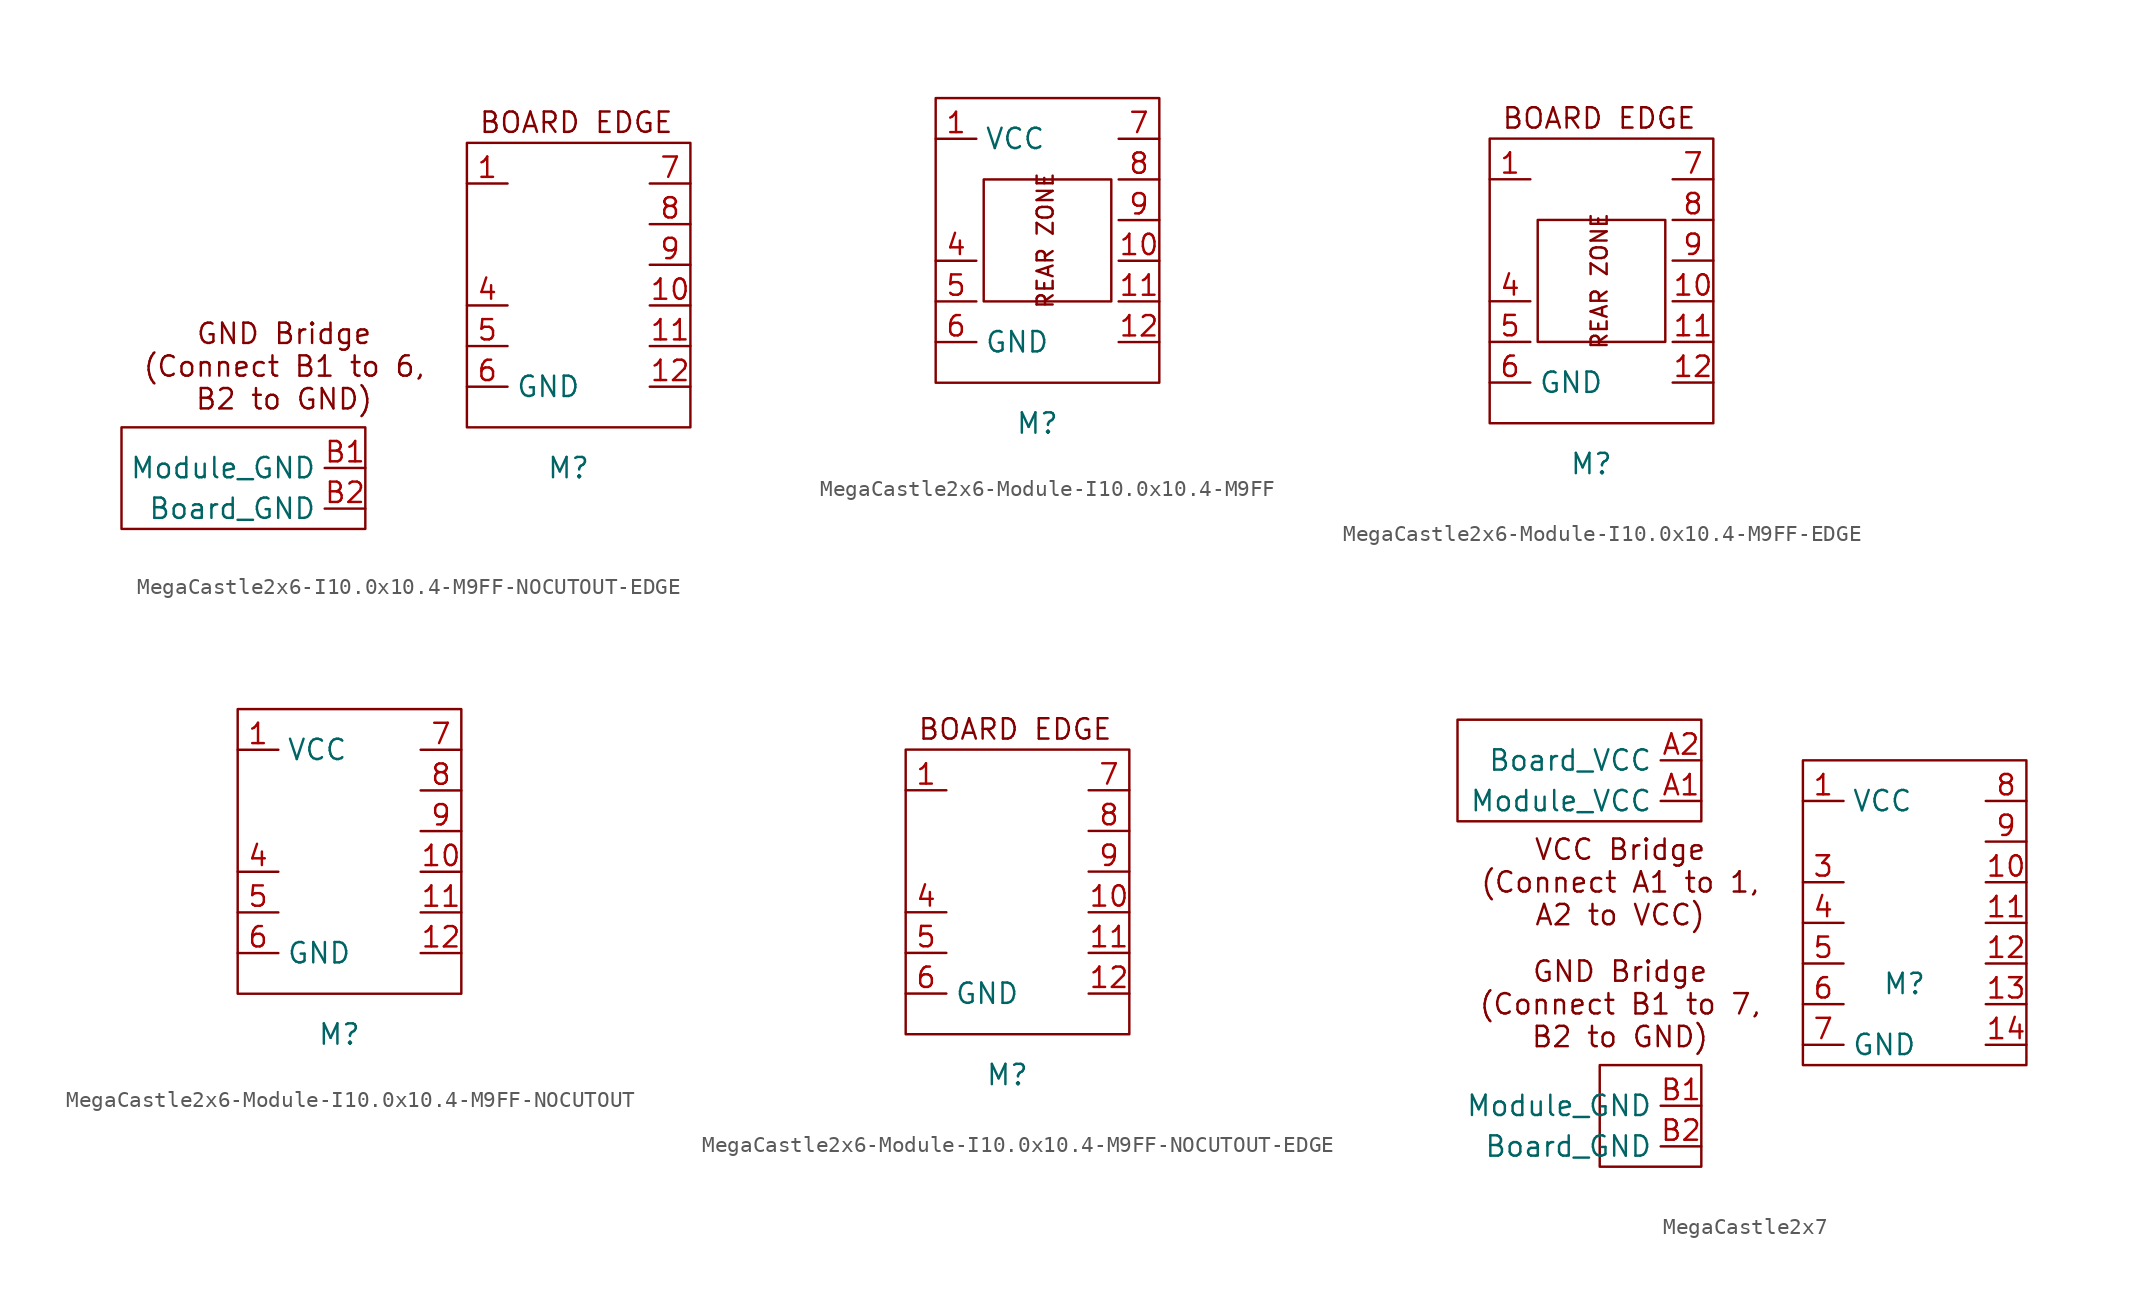
<source format=kicad_sym>
(kicad_symbol_lib
  (version 20241209)
  (generator "kicad_symbol_editor")
  (generator_version "9.0")
  (symbol "MegaCastle2x6-I10.0x10.4-M9FF-NOCUTOUT-EDGE"
    (property "Reference" "M"
      (at 0 -11.43 0)
      (effects (font (size 1.27 1.27))))
    (property "Value" ""
      (at 0 5.08 0)
      (effects (font (size 1.27 1.27))))
    (symbol "MegaCastle2x6-I10.0x10.4-M9FF-NOCUTOUT-EDGE_0_1"
      (rectangle (start -27.94 -8.89) (end -12.7 -15.24) (stroke (width 0) (type default)) (fill (type none)))
      (rectangle (start -6.35 8.89) (end 7.62 -8.89) (stroke (width 0) (type default)) (fill (type none))))
    (symbol "MegaCastle2x6-I10.0x10.4-M9FF-NOCUTOUT-EDGE_1_1"
      (text "GND Bridge\n(Connect B1 to 6,\nB2 to GND)" (at -17.78 -5.08 0) (effects (font (size 1.27 1.27))))
      (text " BOARD EDGE" (at 0 10.16 0) (effects (font (size 1.27 1.27))))
      (pin bidirectional line (at -12.7 -11.43 180) (length 2.54) (name "Module_GND" (effects (font (size 1.27 1.27)))) (number "B1" (effects (font (size 1.27 1.27)))))
      (pin bidirectional line (at -12.7 -13.97 180) (length 2.54) (name "Board_GND" (effects (font (size 1.27 1.27)))) (number "B2" (effects (font (size 1.27 1.27)))))
      (pin bidirectional line (at -6.35 6.35 0) (length 2.54) (name "" (effects (font (size 1.27 1.27)))) (number "1" (effects (font (size 1.27 1.27)))))
      (pin bidirectional line (at -6.35 -1.27 0) (length 2.54) (name "" (effects (font (size 1.27 1.27)))) (number "4" (effects (font (size 1.27 1.27)))))
      (pin bidirectional line (at -6.35 -3.81 0) (length 2.54) (name "" (effects (font (size 1.27 1.27)))) (number "5" (effects (font (size 1.27 1.27)))))
      (pin bidirectional line (at -6.35 -6.35 0) (length 2.54) (name "GND" (effects (font (size 1.27 1.27)))) (number "6" (effects (font (size 1.27 1.27)))))
      (pin bidirectional line (at 7.62 6.35 180) (length 2.54) (name "" (effects (font (size 1.27 1.27)))) (number "7" (effects (font (size 1.27 1.27)))))
      (pin bidirectional line (at 7.62 3.81 180) (length 2.54) (name "" (effects (font (size 1.27 1.27)))) (number "8" (effects (font (size 1.27 1.27)))))
      (pin bidirectional line (at 7.62 1.27 180) (length 2.54) (name "" (effects (font (size 1.27 1.27)))) (number "9" (effects (font (size 1.27 1.27)))))
      (pin bidirectional line (at 7.62 -1.27 180) (length 2.54) (name "" (effects (font (size 1.27 1.27)))) (number "10" (effects (font (size 1.27 1.27)))))
      (pin bidirectional line (at 7.62 -3.81 180) (length 2.54) (name "" (effects (font (size 1.27 1.27)))) (number "11" (effects (font (size 1.27 1.27)))))
      (pin bidirectional line (at 7.62 -6.35 180) (length 2.54) (name "" (effects (font (size 1.27 1.27)))) (number "12" (effects (font (size 1.27 1.27)))))))
  (symbol "MegaCastle2x6-Module-I10.0x10.4-M9FF"
    (property "Reference" "M"
      (at 0 -11.43 0)
      (effects (font (size 1.27 1.27))))
    (property "Value" ""
      (at 0 5.08 0)
      (effects (font (size 1.27 1.27))))
    (symbol "MegaCastle2x6-Module-I10.0x10.4-M9FF_0_1"
      (rectangle (start -6.35 8.89) (end 7.62 -8.89) (stroke (width 0) (type default)) (fill (type none)))
      (rectangle (start -3.35 3.81) (end 4.62 -3.81) (stroke (width 0) (type default)) (fill (type none))))
    (symbol "MegaCastle2x6-Module-I10.0x10.4-M9FF_1_1"
      (text "REAR ZONE" (at 0.5 0 900) (effects (font (size 1 1))))
      (pin bidirectional line (at -6.35 6.35 0) (length 2.54) (name "VCC" (effects (font (size 1.27 1.27)))) (number "1" (effects (font (size 1.27 1.27)))))
      (pin bidirectional line (at -6.35 -1.27 0) (length 2.54) (name "" (effects (font (size 1.27 1.27)))) (number "4" (effects (font (size 1.27 1.27)))))
      (pin bidirectional line (at -6.35 -3.81 0) (length 2.54) (name "" (effects (font (size 1.27 1.27)))) (number "5" (effects (font (size 1.27 1.27)))))
      (pin bidirectional line (at -6.35 -6.35 0) (length 2.54) (name "GND" (effects (font (size 1.27 1.27)))) (number "6" (effects (font (size 1.27 1.27)))))
      (pin bidirectional line (at 7.62 6.35 180) (length 2.54) (name "" (effects (font (size 1.27 1.27)))) (number "7" (effects (font (size 1.27 1.27)))))
      (pin bidirectional line (at 7.62 3.81 180) (length 2.54) (name "" (effects (font (size 1.27 1.27)))) (number "8" (effects (font (size 1.27 1.27)))))
      (pin bidirectional line (at 7.62 1.27 180) (length 2.54) (name "" (effects (font (size 1.27 1.27)))) (number "9" (effects (font (size 1.27 1.27)))))
      (pin bidirectional line (at 7.62 -1.27 180) (length 2.54) (name "" (effects (font (size 1.27 1.27)))) (number "10" (effects (font (size 1.27 1.27)))))
      (pin bidirectional line (at 7.62 -3.81 180) (length 2.54) (name "" (effects (font (size 1.27 1.27)))) (number "11" (effects (font (size 1.27 1.27)))))
      (pin bidirectional line (at 7.62 -6.35 180) (length 2.54) (name "" (effects (font (size 1.27 1.27)))) (number "12" (effects (font (size 1.27 1.27)))))))
  (symbol "MegaCastle2x6-Module-I10.0x10.4-M9FF-EDGE"
    (property "Reference" "M"
      (at 0 -11.43 0)
      (effects (font (size 1.27 1.27))))
    (property "Value" ""
      (at 0 5.08 0)
      (effects (font (size 1.27 1.27))))
    (symbol "MegaCastle2x6-Module-I10.0x10.4-M9FF-EDGE_0_1"
      (rectangle (start -6.35 8.89) (end 7.62 -8.89) (stroke (width 0) (type default)) (fill (type none)))
      (rectangle (start -3.35 3.81) (end 4.62 -3.81) (stroke (width 0) (type default)) (fill (type none))))
    (symbol "MegaCastle2x6-Module-I10.0x10.4-M9FF-EDGE_1_1"
      (text " BOARD EDGE" (at 0 10.16 0) (effects (font (size 1.27 1.27))))
      (text "REAR ZONE" (at 0.5 0 900) (effects (font (size 1 1))))
      (pin bidirectional line (at -6.35 6.35 0) (length 2.54) (name "" (effects (font (size 1.27 1.27)))) (number "1" (effects (font (size 1.27 1.27)))))
      (pin bidirectional line (at -6.35 -1.27 0) (length 2.54) (name "" (effects (font (size 1.27 1.27)))) (number "4" (effects (font (size 1.27 1.27)))))
      (pin bidirectional line (at -6.35 -3.81 0) (length 2.54) (name "" (effects (font (size 1.27 1.27)))) (number "5" (effects (font (size 1.27 1.27)))))
      (pin bidirectional line (at -6.35 -6.35 0) (length 2.54) (name "GND" (effects (font (size 1.27 1.27)))) (number "6" (effects (font (size 1.27 1.27)))))
      (pin bidirectional line (at 7.62 6.35 180) (length 2.54) (name "" (effects (font (size 1.27 1.27)))) (number "7" (effects (font (size 1.27 1.27)))))
      (pin bidirectional line (at 7.62 3.81 180) (length 2.54) (name "" (effects (font (size 1.27 1.27)))) (number "8" (effects (font (size 1.27 1.27)))))
      (pin bidirectional line (at 7.62 1.27 180) (length 2.54) (name "" (effects (font (size 1.27 1.27)))) (number "9" (effects (font (size 1.27 1.27)))))
      (pin bidirectional line (at 7.62 -1.27 180) (length 2.54) (name "" (effects (font (size 1.27 1.27)))) (number "10" (effects (font (size 1.27 1.27)))))
      (pin bidirectional line (at 7.62 -3.81 180) (length 2.54) (name "" (effects (font (size 1.27 1.27)))) (number "11" (effects (font (size 1.27 1.27)))))
      (pin bidirectional line (at 7.62 -6.35 180) (length 2.54) (name "" (effects (font (size 1.27 1.27)))) (number "12" (effects (font (size 1.27 1.27)))))))
  (symbol "MegaCastle2x6-Module-I10.0x10.4-M9FF-NOCUTOUT"
    (property "Reference" "M"
      (at 0 -11.43 0)
      (effects (font (size 1.27 1.27))))
    (property "Value" ""
      (at 0 5.08 0)
      (effects (font (size 1.27 1.27))))
    (symbol "MegaCastle2x6-Module-I10.0x10.4-M9FF-NOCUTOUT_0_1"
      (rectangle (start -6.35 8.89) (end 7.62 -8.89) (stroke (width 0) (type default)) (fill (type none))))
    (symbol "MegaCastle2x6-Module-I10.0x10.4-M9FF-NOCUTOUT_1_1"
      (pin bidirectional line (at -6.35 6.35 0) (length 2.54) (name "VCC" (effects (font (size 1.27 1.27)))) (number "1" (effects (font (size 1.27 1.27)))))
      (pin bidirectional line (at -6.35 -1.27 0) (length 2.54) (name "" (effects (font (size 1.27 1.27)))) (number "4" (effects (font (size 1.27 1.27)))))
      (pin bidirectional line (at -6.35 -3.81 0) (length 2.54) (name "" (effects (font (size 1.27 1.27)))) (number "5" (effects (font (size 1.27 1.27)))))
      (pin bidirectional line (at -6.35 -6.35 0) (length 2.54) (name "GND" (effects (font (size 1.27 1.27)))) (number "6" (effects (font (size 1.27 1.27)))))
      (pin bidirectional line (at 7.62 6.35 180) (length 2.54) (name "" (effects (font (size 1.27 1.27)))) (number "7" (effects (font (size 1.27 1.27)))))
      (pin bidirectional line (at 7.62 3.81 180) (length 2.54) (name "" (effects (font (size 1.27 1.27)))) (number "8" (effects (font (size 1.27 1.27)))))
      (pin bidirectional line (at 7.62 1.27 180) (length 2.54) (name "" (effects (font (size 1.27 1.27)))) (number "9" (effects (font (size 1.27 1.27)))))
      (pin bidirectional line (at 7.62 -1.27 180) (length 2.54) (name "" (effects (font (size 1.27 1.27)))) (number "10" (effects (font (size 1.27 1.27)))))
      (pin bidirectional line (at 7.62 -3.81 180) (length 2.54) (name "" (effects (font (size 1.27 1.27)))) (number "11" (effects (font (size 1.27 1.27)))))
      (pin bidirectional line (at 7.62 -6.35 180) (length 2.54) (name "" (effects (font (size 1.27 1.27)))) (number "12" (effects (font (size 1.27 1.27)))))))
  (symbol "MegaCastle2x6-Module-I10.0x10.4-M9FF-NOCUTOUT-EDGE"
    (property "Reference" "M"
      (at 0 -11.43 0)
      (effects (font (size 1.27 1.27))))
    (property "Value" ""
      (at 0 5.08 0)
      (effects (font (size 1.27 1.27))))
    (symbol "MegaCastle2x6-Module-I10.0x10.4-M9FF-NOCUTOUT-EDGE_0_1"
      (rectangle (start -6.35 8.89) (end 7.62 -8.89) (stroke (width 0) (type default)) (fill (type none))))
    (symbol "MegaCastle2x6-Module-I10.0x10.4-M9FF-NOCUTOUT-EDGE_1_1"
      (text " BOARD EDGE" (at 0 10.16 0) (effects (font (size 1.27 1.27))))
      (pin bidirectional line (at -6.35 6.35 0) (length 2.54) (name "" (effects (font (size 1.27 1.27)))) (number "1" (effects (font (size 1.27 1.27)))))
      (pin bidirectional line (at -6.35 -1.27 0) (length 2.54) (name "" (effects (font (size 1.27 1.27)))) (number "4" (effects (font (size 1.27 1.27)))))
      (pin bidirectional line (at -6.35 -3.81 0) (length 2.54) (name "" (effects (font (size 1.27 1.27)))) (number "5" (effects (font (size 1.27 1.27)))))
      (pin bidirectional line (at -6.35 -6.35 0) (length 2.54) (name "GND" (effects (font (size 1.27 1.27)))) (number "6" (effects (font (size 1.27 1.27)))))
      (pin bidirectional line (at 7.62 6.35 180) (length 2.54) (name "" (effects (font (size 1.27 1.27)))) (number "7" (effects (font (size 1.27 1.27)))))
      (pin bidirectional line (at 7.62 3.81 180) (length 2.54) (name "" (effects (font (size 1.27 1.27)))) (number "8" (effects (font (size 1.27 1.27)))))
      (pin bidirectional line (at 7.62 1.27 180) (length 2.54) (name "" (effects (font (size 1.27 1.27)))) (number "9" (effects (font (size 1.27 1.27)))))
      (pin bidirectional line (at 7.62 -1.27 180) (length 2.54) (name "" (effects (font (size 1.27 1.27)))) (number "10" (effects (font (size 1.27 1.27)))))
      (pin bidirectional line (at 7.62 -3.81 180) (length 2.54) (name "" (effects (font (size 1.27 1.27)))) (number "11" (effects (font (size 1.27 1.27)))))
      (pin bidirectional line (at 7.62 -6.35 180) (length 2.54) (name "" (effects (font (size 1.27 1.27)))) (number "12" (effects (font (size 1.27 1.27)))))))
  (symbol "MegaCastle2x7"
    (property "Reference" "M"
      (at 0 0 0)
      (effects (font (size 1.27 1.27))))
    (property "Value" ""
      (at 0 5.08 0)
      (effects (font (size 1.27 1.27))))
    (symbol "MegaCastle2x7_0_1"
      (rectangle (start -27.94 16.51) (end -12.7 10.16) (stroke (width 0) (type default)) (fill (type none)))
      (rectangle (start -19.05 -5.08) (end -12.7 -11.43) (stroke (width 0) (type default)) (fill (type none)))
      (rectangle (start -6.35 13.97) (end 7.62 -5.08) (stroke (width 0) (type default)) (fill (type none))))
    (symbol "MegaCastle2x7_1_1"
      (text "VCC Bridge\n(Connect A1 to 1,\nA2 to VCC)" (at -17.78 6.35 0) (effects (font (size 1.27 1.27))))
      (text "GND Bridge\n(Connect B1 to 7,\nB2 to GND)" (at -17.78 -1.27 0) (effects (font (size 1.27 1.27))))
      (pin bidirectional line (at -12.7 13.97 180) (length 2.54) (name "Board_VCC" (effects (font (size 1.27 1.27)))) (number "A2" (effects (font (size 1.27 1.27)))))
      (pin bidirectional line (at -12.7 11.43 180) (length 2.54) (name "Module_VCC" (effects (font (size 1.27 1.27)))) (number "A1" (effects (font (size 1.27 1.27)))))
      (pin bidirectional line (at -12.7 -7.62 180) (length 2.54) (name "Module_GND" (effects (font (size 1.27 1.27)))) (number "B1" (effects (font (size 1.27 1.27)))))
      (pin bidirectional line (at -12.7 -10.16 180) (length 2.54) (name "Board_GND" (effects (font (size 1.27 1.27)))) (number "B2" (effects (font (size 1.27 1.27)))))
      (pin bidirectional line (at -6.35 11.43 0) (length 2.54) (name "VCC" (effects (font (size 1.27 1.27)))) (number "1" (effects (font (size 1.27 1.27)))))
      (pin bidirectional line (at -6.35 6.35 0) (length 2.54) (name "" (effects (font (size 1.27 1.27)))) (number "3" (effects (font (size 1.27 1.27)))))
      (pin bidirectional line (at -6.35 3.81 0) (length 2.54) (name "" (effects (font (size 1.27 1.27)))) (number "4" (effects (font (size 1.27 1.27)))))
      (pin bidirectional line (at -6.35 1.27 0) (length 2.54) (name "" (effects (font (size 1.27 1.27)))) (number "5" (effects (font (size 1.27 1.27)))))
      (pin bidirectional line (at -6.35 -1.27 0) (length 2.54) (name "" (effects (font (size 1.27 1.27)))) (number "6" (effects (font (size 1.27 1.27)))))
      (pin bidirectional line (at -6.35 -3.81 0) (length 2.54) (name "GND" (effects (font (size 1.27 1.27)))) (number "7" (effects (font (size 1.27 1.27)))))
      (pin bidirectional line (at 7.62 11.43 180) (length 2.54) (name "" (effects (font (size 1.27 1.27)))) (number "8" (effects (font (size 1.27 1.27)))))
      (pin bidirectional line (at 7.62 8.89 180) (length 2.54) (name "" (effects (font (size 1.27 1.27)))) (number "9" (effects (font (size 1.27 1.27)))))
      (pin bidirectional line (at 7.62 6.35 180) (length 2.54) (name "" (effects (font (size 1.27 1.27)))) (number "10" (effects (font (size 1.27 1.27)))))
      (pin bidirectional line (at 7.62 3.81 180) (length 2.54) (name "" (effects (font (size 1.27 1.27)))) (number "11" (effects (font (size 1.27 1.27)))))
      (pin bidirectional line (at 7.62 1.27 180) (length 2.54) (name "" (effects (font (size 1.27 1.27)))) (number "12" (effects (font (size 1.27 1.27)))))
      (pin bidirectional line (at 7.62 -1.27 180) (length 2.54) (name "" (effects (font (size 1.27 1.27)))) (number "13" (effects (font (size 1.27 1.27)))))
      (pin bidirectional line (at 7.62 -3.81 180) (length 2.54) (name "" (effects (font (size 1.27 1.27)))) (number "14" (effects (font (size 1.27 1.27))))))))
</source>
